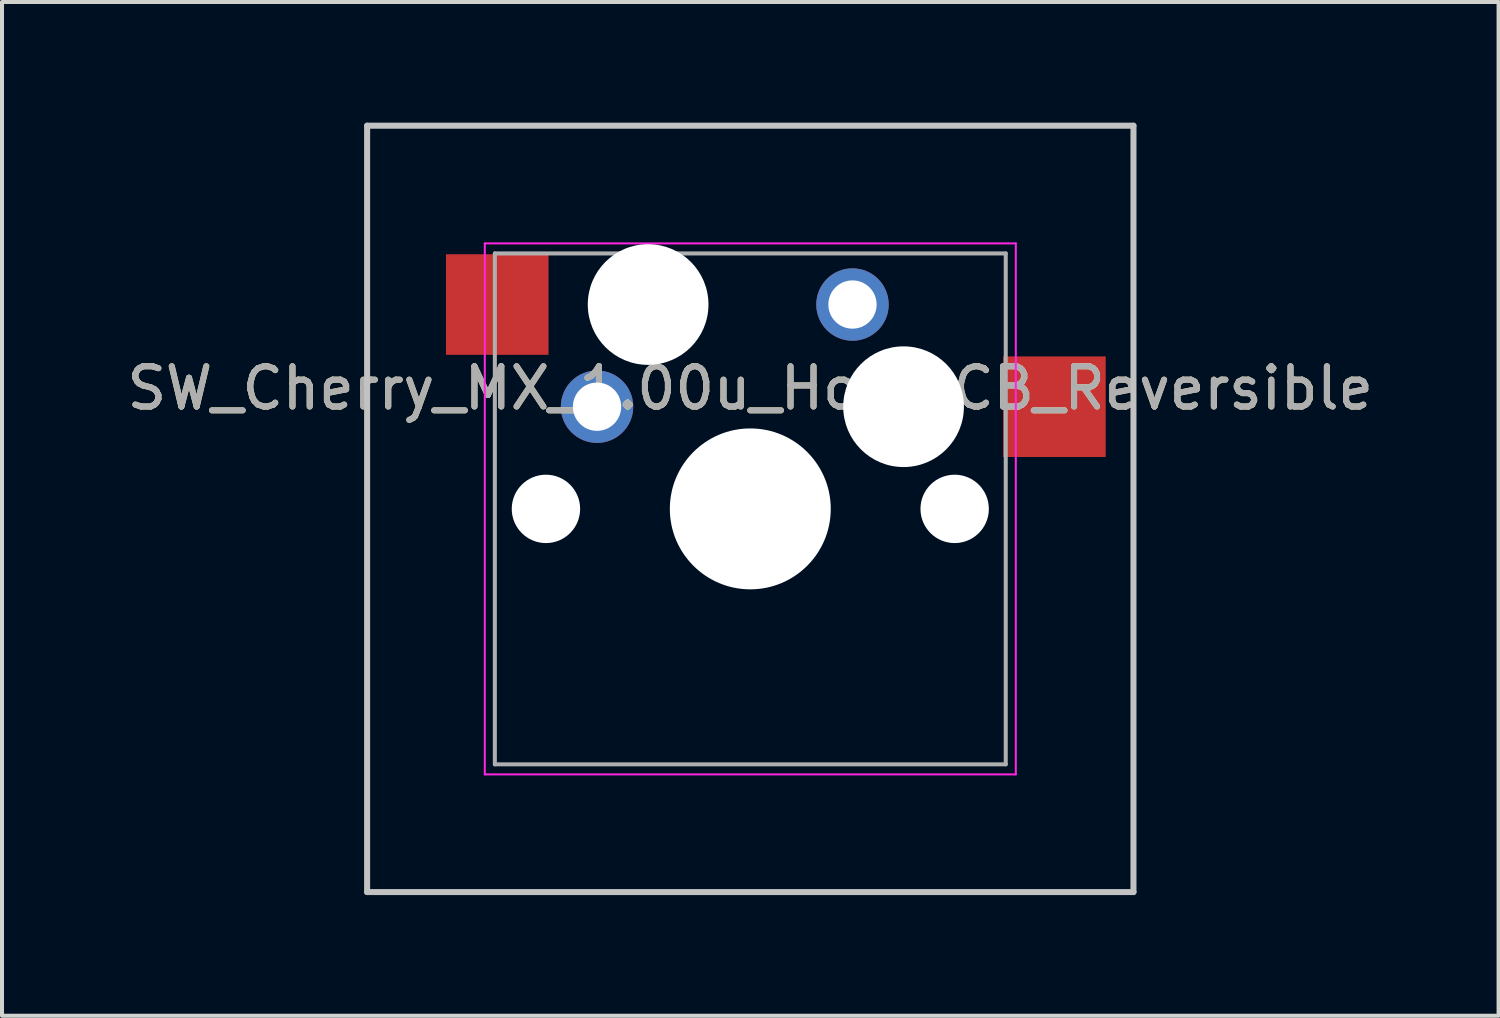
<source format=kicad_pcb>
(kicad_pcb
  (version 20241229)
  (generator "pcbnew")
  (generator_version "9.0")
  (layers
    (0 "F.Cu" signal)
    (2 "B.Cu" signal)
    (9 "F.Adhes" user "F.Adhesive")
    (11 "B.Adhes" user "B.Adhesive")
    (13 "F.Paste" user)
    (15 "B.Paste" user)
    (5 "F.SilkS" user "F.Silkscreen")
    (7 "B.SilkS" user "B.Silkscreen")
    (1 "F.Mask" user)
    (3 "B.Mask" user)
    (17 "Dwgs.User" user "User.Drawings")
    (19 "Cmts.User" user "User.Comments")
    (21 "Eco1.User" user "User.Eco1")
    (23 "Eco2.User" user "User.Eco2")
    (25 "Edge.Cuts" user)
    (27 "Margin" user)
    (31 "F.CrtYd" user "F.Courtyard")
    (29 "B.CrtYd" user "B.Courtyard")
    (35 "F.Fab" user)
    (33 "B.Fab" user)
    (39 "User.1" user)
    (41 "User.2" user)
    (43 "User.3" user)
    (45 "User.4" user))
  (footprint "SW_Cherry_MX_1.00u_Hot_PCB_Reversible"
    (layer "F.Cu")
    (at 15.601 9.6)
    (property "Reference" "SW_Cherry_MX_1.00u_Hot_PCB_Reversible" (at 0 -3 0) (layer "F.SilkS") (effects (font (size 1 1) (thickness 0.15))))
    (attr through_hole)
    (fp_line (start -9.525 -9.525) (end 9.525 -9.525) (stroke (width 0.15) (type solid)) (layer "Dwgs.User"))
    (fp_line (start -9.525 9.525) (end -9.525 -9.525) (stroke (width 0.15) (type solid)) (layer "Dwgs.User"))
    (fp_line (start 9.525 -9.525) (end 9.525 9.525) (stroke (width 0.15) (type solid)) (layer "Dwgs.User"))
    (fp_line (start 9.525 9.525) (end -9.525 9.525) (stroke (width 0.15) (type solid)) (layer "Dwgs.User"))
    (fp_line (start -6.6 -6.6) (end 6.6 -6.6) (stroke (width 0.05) (type solid)) (layer "F.CrtYd"))
    (fp_line (start -6.6 6.6) (end -6.6 -6.6) (stroke (width 0.05) (type solid)) (layer "F.CrtYd"))
    (fp_line (start 6.6 -6.6) (end 6.6 6.6) (stroke (width 0.05) (type solid)) (layer "F.CrtYd"))
    (fp_line (start 6.6 6.6) (end -6.6 6.6) (stroke (width 0.05) (type solid)) (layer "F.CrtYd"))
    (fp_line (start -6.35 -6.35) (end 6.35 -6.35) (stroke (width 0.1) (type solid)) (layer "F.Fab"))
    (fp_line (start -6.35 6.35) (end -6.35 -6.35) (stroke (width 0.1) (type solid)) (layer "F.Fab"))
    (fp_line (start 6.35 -6.35) (end 6.35 6.35) (stroke (width 0.1) (type solid)) (layer "F.Fab"))
    (fp_line (start 6.35 6.35) (end -6.35 6.35) (stroke (width 0.1) (type solid)) (layer "F.Fab"))
    (fp_text user "${REFERENCE}" (at 0 -3 0) (layer "F.Fab") (effects (font (size 1 1) (thickness 0.15))))
    (pad "" np_thru_hole circle (at -5.08 0) (size 1.7 1.7) (drill 1.7) (layers "*.Cu" "*.Mask"))
    (pad "" np_thru_hole circle (at -2.54 -5.08) (size 3 3) (drill 3) (layers "*.Cu" "*.Mask"))
    (pad "" np_thru_hole circle (at 0 0) (size 4 4) (drill 4) (layers "*.Cu" "*.Mask"))
    (pad "" np_thru_hole circle (at 3.81 -2.54) (size 3 3) (drill 3) (layers "*.Cu" "*.Mask"))
    (pad "" np_thru_hole circle (at 5.08 0) (size 1.7 1.7) (drill 1.7) (layers "*.Cu" "*.Mask"))
    (pad "1" thru_hole circle (at 2.54 -5.08) (size 1.8 1.8) (drill 1.2) (layers "*.Cu" "*.Mask"))
    (pad "1" smd rect (at 7.56 -2.54) (size 2.55 2.5) (layers "F.Cu" "F.Mask" "F.Paste"))
    (pad "2" smd rect (at -6.29 -5.08) (size 2.55 2.5) (layers "F.Cu" "F.Mask" "F.Paste"))
    (pad "2" thru_hole circle (at -3.81 -2.54) (size 1.8 1.8) (drill 1.2) (layers "*.Cu" "*.Mask")))
  (gr_rect
    (start -3 -3)
    (end 34.202 22.2)
    (stroke (width 0.1) (type default))
    (fill no)
    (layer "Edge.Cuts")))
</source>
